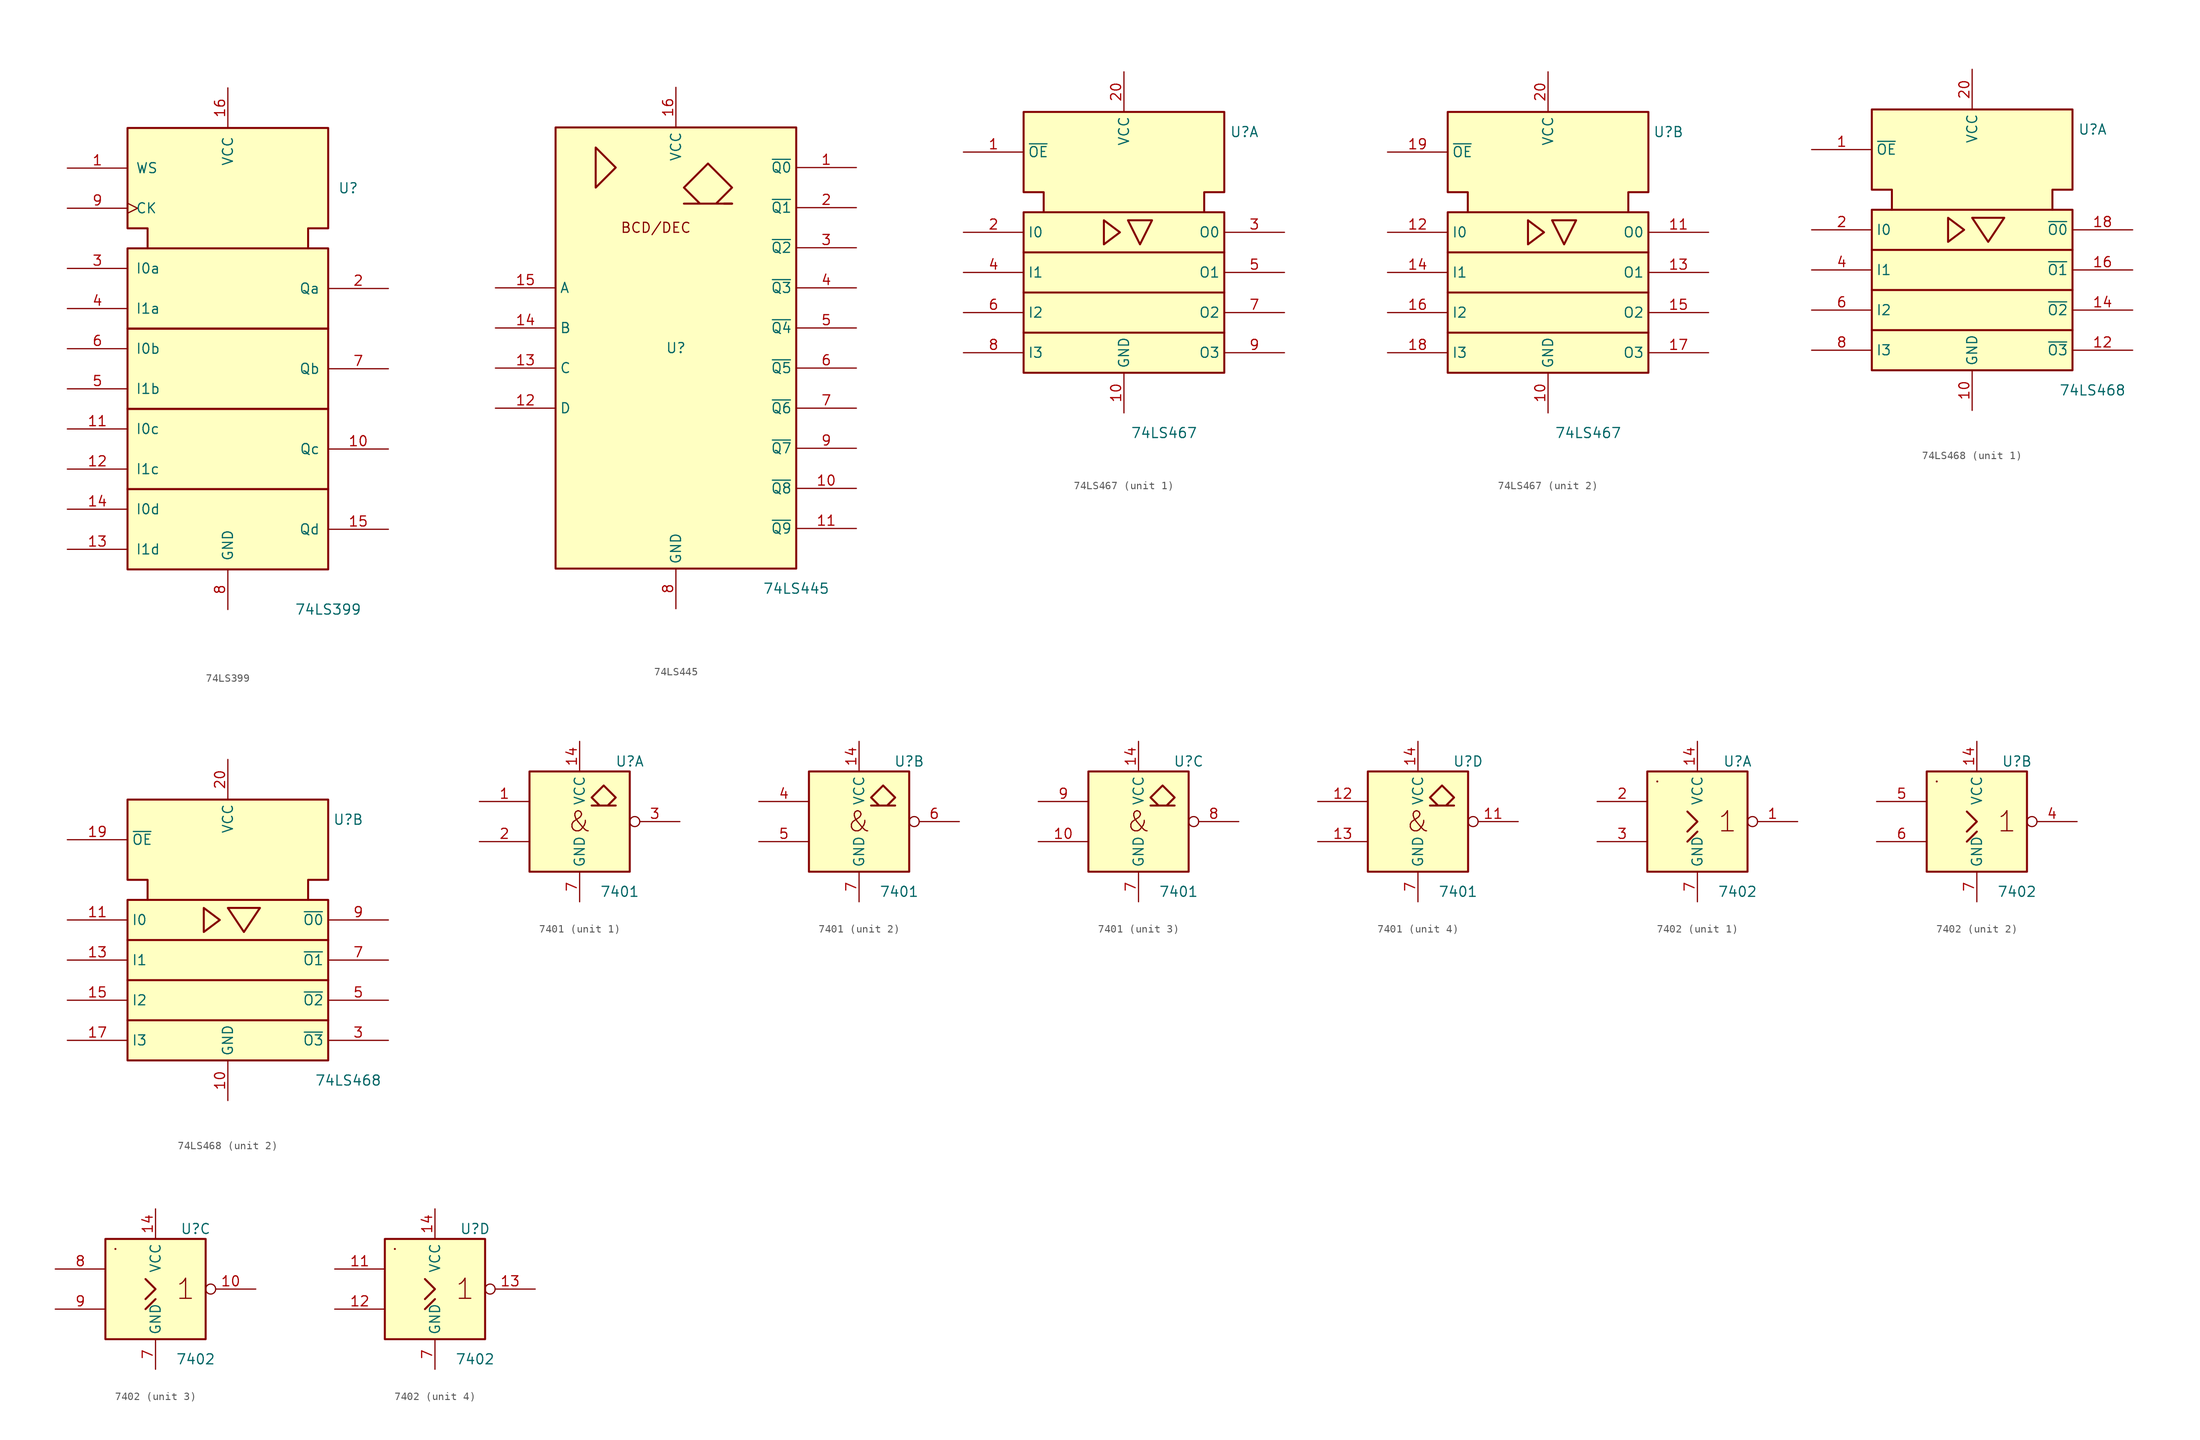
<source format=kicad_sym>
(kicad_symbol_lib
  (version 20241209)
  (generator "kicad_symbol_editor")
  (generator_version "9.0")
  (symbol "74LS399"
    (pin_names
      (offset 1.016))
    (property "Reference" "U"
      (at 15.24 20.32 0)
      (effects (font (size 1.27 1.27))))
    (property "Value" "74LS399"
      (at 12.7 -33.02 0)
      (effects (font (size 1.27 1.27))))
    (symbol "74LS399_0_0"
      (rectangle (start -12.7 12.7) (end 12.7 2.54) (stroke (width 0.254) (type default)) (fill (type background)))
      (rectangle (start -12.7 2.54) (end 12.7 -7.62) (stroke (width 0.254) (type default)) (fill (type background)))
      (rectangle (start -12.7 -7.62) (end 12.7 -17.78) (stroke (width 0.254) (type default)) (fill (type background)))
      (rectangle (start -12.7 -17.78) (end 12.7 -27.94) (stroke (width 0.254) (type default)) (fill (type background)))
      (polyline (pts (xy -10.16 12.7) (xy -10.16 15.24) (xy -12.7 15.24) (xy -12.7 27.94) (xy 12.7 27.94) (xy 12.7 15.24) (xy 10.16 15.24) (xy 10.16 12.7) (xy 10.16 12.7)) (stroke (width 0.254) (type default)) (fill (type background)))
      (pin power_in line (at 0 33.02 270) (length 5.08) (name "VCC" (effects (font (size 1.27 1.27)))) (number "16" (effects (font (size 1.27 1.27)))))
      (pin power_in line (at 0 -33.02 90) (length 5.08) (name "GND" (effects (font (size 1.27 1.27)))) (number "8" (effects (font (size 1.27 1.27))))))
    (symbol "74LS399_1_1"
      (pin input line (at -20.32 22.86 0) (length 7.62) (name "WS" (effects (font (size 1.27 1.27)))) (number "1" (effects (font (size 1.27 1.27)))))
      (pin input clock (at -20.32 17.78 0) (length 7.62) (name "CK" (effects (font (size 1.27 1.27)))) (number "9" (effects (font (size 1.27 1.27)))))
      (pin input line (at -20.32 10.16 0) (length 7.62) (name "I0a" (effects (font (size 1.27 1.27)))) (number "3" (effects (font (size 1.27 1.27)))))
      (pin input line (at -20.32 5.08 0) (length 7.62) (name "I1a" (effects (font (size 1.27 1.27)))) (number "4" (effects (font (size 1.27 1.27)))))
      (pin input line (at -20.32 0 0) (length 7.62) (name "I0b" (effects (font (size 1.27 1.27)))) (number "6" (effects (font (size 1.27 1.27)))))
      (pin input line (at -20.32 -5.08 0) (length 7.62) (name "I1b" (effects (font (size 1.27 1.27)))) (number "5" (effects (font (size 1.27 1.27)))))
      (pin input line (at -20.32 -10.16 0) (length 7.62) (name "I0c" (effects (font (size 1.27 1.27)))) (number "11" (effects (font (size 1.27 1.27)))))
      (pin input line (at -20.32 -15.24 0) (length 7.62) (name "I1c" (effects (font (size 1.27 1.27)))) (number "12" (effects (font (size 1.27 1.27)))))
      (pin input line (at -20.32 -20.32 0) (length 7.62) (name "I0d" (effects (font (size 1.27 1.27)))) (number "14" (effects (font (size 1.27 1.27)))))
      (pin input line (at -20.32 -25.4 0) (length 7.62) (name "I1d" (effects (font (size 1.27 1.27)))) (number "13" (effects (font (size 1.27 1.27)))))
      (pin tri_state line (at 20.32 7.62 180) (length 7.62) (name "Qa" (effects (font (size 1.27 1.27)))) (number "2" (effects (font (size 1.27 1.27)))))
      (pin tri_state line (at 20.32 -2.54 180) (length 7.62) (name "Qb" (effects (font (size 1.27 1.27)))) (number "7" (effects (font (size 1.27 1.27)))))
      (pin tri_state line (at 20.32 -12.7 180) (length 7.62) (name "Qc" (effects (font (size 1.27 1.27)))) (number "10" (effects (font (size 1.27 1.27)))))
      (pin tri_state line (at 20.32 -22.86 180) (length 7.62) (name "Qd" (effects (font (size 1.27 1.27)))) (number "15" (effects (font (size 1.27 1.27)))))))
  (symbol "74LS445"
    (property "Reference" "U"
      (at 0 0 0)
      (effects (font (size 1.27 1.27))))
    (property "Value" "74LS445"
      (at 15.24 -30.48 0)
      (effects (font (size 1.27 1.27))))
    (symbol "74LS445_0_0"
      (polyline (pts (xy -10.16 25.4) (xy -10.16 20.32) (xy -7.62 22.86) (xy -10.16 25.4) (xy -10.16 25.4)) (stroke (width 0.254) (type default)) (fill (type background)))
      (polyline (pts (xy 5.08 18.288) (xy 7.112 20.32) (xy 4.064 23.368) (xy 1.016 20.32) (xy 3.048 18.288) (xy 1.016 18.288) (xy 7.112 18.288)) (stroke (width 0.254) (type default)) (fill (type background)))
      (polyline (pts (xy 7.112 18.288) (xy 6.096 18.288) (xy 6.096 18.288)) (stroke (width 0.254) (type default)) (fill (type background)))
      (text "BCD/DEC" (at -2.54 15.24 0) (effects (font (size 1.27 1.27))))
      (pin power_in line (at 0 33.02 270) (length 5.08) (name "VCC" (effects (font (size 1.27 1.27)))) (number "16" (effects (font (size 1.27 1.27)))))
      (pin power_in line (at 0 -33.02 90) (length 5.08) (name "GND" (effects (font (size 1.27 1.27)))) (number "8" (effects (font (size 1.27 1.27))))))
    (symbol "74LS445_0_1"
      (rectangle (start -15.24 27.94) (end 15.24 -27.94) (stroke (width 0.254) (type default)) (fill (type background))))
    (symbol "74LS445_1_1"
      (pin input line (at -22.86 7.62 0) (length 7.62) (name "A" (effects (font (size 1.27 1.27)))) (number "15" (effects (font (size 1.27 1.27)))))
      (pin input line (at -22.86 2.54 0) (length 7.62) (name "B" (effects (font (size 1.27 1.27)))) (number "14" (effects (font (size 1.27 1.27)))))
      (pin input line (at -22.86 -2.54 0) (length 7.62) (name "C" (effects (font (size 1.27 1.27)))) (number "13" (effects (font (size 1.27 1.27)))))
      (pin input line (at -22.86 -7.62 0) (length 7.62) (name "D" (effects (font (size 1.27 1.27)))) (number "12" (effects (font (size 1.27 1.27)))))
      (pin open_collector line (at 22.86 22.86 180) (length 7.62) (name "~{Q0}" (effects (font (size 1.27 1.27)))) (number "1" (effects (font (size 1.27 1.27)))))
      (pin open_collector line (at 22.86 17.78 180) (length 7.62) (name "~{Q1}" (effects (font (size 1.27 1.27)))) (number "2" (effects (font (size 1.27 1.27)))))
      (pin open_collector line (at 22.86 12.7 180) (length 7.62) (name "~{Q2}" (effects (font (size 1.27 1.27)))) (number "3" (effects (font (size 1.27 1.27)))))
      (pin open_collector line (at 22.86 7.62 180) (length 7.62) (name "~{Q3}" (effects (font (size 1.27 1.27)))) (number "4" (effects (font (size 1.27 1.27)))))
      (pin open_collector line (at 22.86 2.54 180) (length 7.62) (name "~{Q4}" (effects (font (size 1.27 1.27)))) (number "5" (effects (font (size 1.27 1.27)))))
      (pin open_collector line (at 22.86 -2.54 180) (length 7.62) (name "~{Q5}" (effects (font (size 1.27 1.27)))) (number "6" (effects (font (size 1.27 1.27)))))
      (pin open_collector line (at 22.86 -7.62 180) (length 7.62) (name "~{Q6}" (effects (font (size 1.27 1.27)))) (number "7" (effects (font (size 1.27 1.27)))))
      (pin open_collector line (at 22.86 -12.7 180) (length 7.62) (name "~{Q7}" (effects (font (size 1.27 1.27)))) (number "9" (effects (font (size 1.27 1.27)))))
      (pin open_collector line (at 22.86 -17.78 180) (length 7.62) (name "~{Q8}" (effects (font (size 1.27 1.27)))) (number "10" (effects (font (size 1.27 1.27)))))
      (pin open_collector line (at 22.86 -22.86 180) (length 7.62) (name "~{Q9}" (effects (font (size 1.27 1.27)))) (number "11" (effects (font (size 1.27 1.27)))))))
  (symbol "74LS467"
    (property "Reference" "U"
      (at 15.24 17.78 0)
      (effects (font (size 1.27 1.27))))
    (property "Value" "74LS467"
      (at 5.08 -20.32 0)
      (effects (font (size 1.27 1.27))))
    (symbol "74LS467_0_0"
      (polyline (pts (xy 0.508 6.604) (xy 3.556 6.604) (xy 2.032 3.556) (xy 0.508 6.604) (xy 0.508 6.604)) (stroke (width 0.254) (type default)) (fill (type background)))
      (pin power_in line (at 0 25.4 270) (length 5.08) (name "VCC" (effects (font (size 1.27 1.27)))) (number "20" (effects (font (size 1.27 1.27)))))
      (pin power_in line (at 0 -17.78 90) (length 5.08) (name "GND" (effects (font (size 1.27 1.27)))) (number "10" (effects (font (size 1.27 1.27))))))
    (symbol "74LS467_0_1"
      (rectangle (start -12.7 7.62) (end 12.7 -12.7) (stroke (width 0.254) (type default)) (fill (type background)))
      (polyline (pts (xy -12.7 -2.54) (xy 12.7 -2.54) (xy 12.7 -2.54)) (stroke (width 0.254) (type default)) (fill (type background)))
      (polyline (pts (xy -10.16 7.62) (xy -10.16 10.16) (xy -12.7 10.16) (xy -12.7 20.32) (xy 12.7 20.32) (xy 12.7 10.16) (xy 10.16 10.16) (xy 10.16 7.62) (xy 10.16 7.62)) (stroke (width 0.254) (type default)) (fill (type background)))
      (polyline (pts (xy -2.54 6.604) (xy -2.54 3.556) (xy -0.508 5.08) (xy -2.54 6.604) (xy -2.54 6.604)) (stroke (width 0.254) (type default)) (fill (type background)))
      (polyline (pts (xy 12.7 2.54) (xy -12.7 2.54) (xy -12.7 2.54)) (stroke (width 0.254) (type default)) (fill (type background)))
      (polyline (pts (xy 12.7 -7.62) (xy -12.7 -7.62) (xy -12.7 -7.62)) (stroke (width 0.254) (type default)) (fill (type background))))
    (symbol "74LS467_1_1"
      (pin input line (at -20.32 15.24 0) (length 7.62) (name "~{OE}" (effects (font (size 1.27 1.27)))) (number "1" (effects (font (size 1.27 1.27)))))
      (pin input line (at -20.32 5.08 0) (length 7.62) (name "I0" (effects (font (size 1.27 1.27)))) (number "2" (effects (font (size 1.27 1.27)))))
      (pin input line (at -20.32 0 0) (length 7.62) (name "I1" (effects (font (size 1.27 1.27)))) (number "4" (effects (font (size 1.27 1.27)))))
      (pin input line (at -20.32 -5.08 0) (length 7.62) (name "I2" (effects (font (size 1.27 1.27)))) (number "6" (effects (font (size 1.27 1.27)))))
      (pin input line (at -20.32 -10.16 0) (length 7.62) (name "I3" (effects (font (size 1.27 1.27)))) (number "8" (effects (font (size 1.27 1.27)))))
      (pin tri_state line (at 20.32 5.08 180) (length 7.62) (name "O0" (effects (font (size 1.27 1.27)))) (number "3" (effects (font (size 1.27 1.27)))))
      (pin tri_state line (at 20.32 0 180) (length 7.62) (name "O1" (effects (font (size 1.27 1.27)))) (number "5" (effects (font (size 1.27 1.27)))))
      (pin tri_state line (at 20.32 -5.08 180) (length 7.62) (name "O2" (effects (font (size 1.27 1.27)))) (number "7" (effects (font (size 1.27 1.27)))))
      (pin tri_state line (at 20.32 -10.16 180) (length 7.62) (name "O3" (effects (font (size 1.27 1.27)))) (number "9" (effects (font (size 1.27 1.27))))))
    (symbol "74LS467_2_1"
      (pin input line (at -20.32 15.24 0) (length 7.62) (name "~{OE}" (effects (font (size 1.27 1.27)))) (number "19" (effects (font (size 1.27 1.27)))))
      (pin input line (at -20.32 5.08 0) (length 7.62) (name "I0" (effects (font (size 1.27 1.27)))) (number "12" (effects (font (size 1.27 1.27)))))
      (pin input line (at -20.32 0 0) (length 7.62) (name "I1" (effects (font (size 1.27 1.27)))) (number "14" (effects (font (size 1.27 1.27)))))
      (pin input line (at -20.32 -5.08 0) (length 7.62) (name "I2" (effects (font (size 1.27 1.27)))) (number "16" (effects (font (size 1.27 1.27)))))
      (pin input line (at -20.32 -10.16 0) (length 7.62) (name "I3" (effects (font (size 1.27 1.27)))) (number "18" (effects (font (size 1.27 1.27)))))
      (pin tri_state line (at 20.32 5.08 180) (length 7.62) (name "O0" (effects (font (size 1.27 1.27)))) (number "11" (effects (font (size 1.27 1.27)))))
      (pin tri_state line (at 20.32 0 180) (length 7.62) (name "O1" (effects (font (size 1.27 1.27)))) (number "13" (effects (font (size 1.27 1.27)))))
      (pin tri_state line (at 20.32 -5.08 180) (length 7.62) (name "O2" (effects (font (size 1.27 1.27)))) (number "15" (effects (font (size 1.27 1.27)))))
      (pin tri_state line (at 20.32 -10.16 180) (length 7.62) (name "O3" (effects (font (size 1.27 1.27)))) (number "17" (effects (font (size 1.27 1.27)))))))
  (symbol "74LS468"
    (property "Reference" "U"
      (at 15.24 17.78 0)
      (effects (font (size 1.27 1.27))))
    (property "Value" "74LS468"
      (at 15.24 -15.24 0)
      (effects (font (size 1.27 1.27))))
    (symbol "74LS468_0_0"
      (polyline (pts (xy -3.048 6.604) (xy -3.048 3.556) (xy -1.016 5.08) (xy -3.048 6.604) (xy -3.048 6.604)) (stroke (width 0.254) (type default)) (fill (type background)))
      (polyline (pts (xy 0.508 6.604) (xy 4.064 6.604) (xy 2.032 3.556) (xy 0 6.604) (xy 0.508 6.604) (xy 0.508 6.604)) (stroke (width 0.254) (type default)) (fill (type background))))
    (symbol "74LS468_0_1"
      (rectangle (start -12.7 7.62) (end 12.7 -12.7) (stroke (width 0.254) (type default)) (fill (type background)))
      (polyline (pts (xy -12.7 2.54) (xy 12.7 2.54) (xy 12.7 2.54)) (stroke (width 0.254) (type default)) (fill (type background)))
      (polyline (pts (xy -12.7 -2.54) (xy 12.7 -2.54) (xy 12.7 -2.54)) (stroke (width 0.254) (type default)) (fill (type background)))
      (polyline (pts (xy -12.7 -7.62) (xy 12.7 -7.62) (xy 12.7 -7.62)) (stroke (width 0.254) (type default)) (fill (type background)))
      (polyline (pts (xy -10.16 7.62) (xy -10.16 10.16) (xy -12.7 10.16) (xy -12.7 20.32) (xy 12.7 20.32) (xy 12.7 10.16) (xy 10.16 10.16) (xy 10.16 7.62) (xy 10.16 7.62)) (stroke (width 0.254) (type default)) (fill (type background)))
      (pin power_in line (at 0 25.4 270) (length 5.08) (name "VCC" (effects (font (size 1.27 1.27)))) (number "20" (effects (font (size 1.27 1.27)))))
      (pin power_in line (at 0 -17.78 90) (length 5.08) (name "GND" (effects (font (size 1.27 1.27)))) (number "10" (effects (font (size 1.27 1.27))))))
    (symbol "74LS468_1_1"
      (pin input line (at -20.32 15.24 0) (length 7.62) (name "~{OE}" (effects (font (size 1.27 1.27)))) (number "1" (effects (font (size 1.27 1.27)))))
      (pin input line (at -20.32 5.08 0) (length 7.62) (name "I0" (effects (font (size 1.27 1.27)))) (number "2" (effects (font (size 1.27 1.27)))))
      (pin input line (at -20.32 0 0) (length 7.62) (name "I1" (effects (font (size 1.27 1.27)))) (number "4" (effects (font (size 1.27 1.27)))))
      (pin input line (at -20.32 -5.08 0) (length 7.62) (name "I2" (effects (font (size 1.27 1.27)))) (number "6" (effects (font (size 1.27 1.27)))))
      (pin input line (at -20.32 -10.16 0) (length 7.62) (name "I3" (effects (font (size 1.27 1.27)))) (number "8" (effects (font (size 1.27 1.27)))))
      (pin tri_state line (at 20.32 5.08 180) (length 7.62) (name "~{O0}" (effects (font (size 1.27 1.27)))) (number "18" (effects (font (size 1.27 1.27)))))
      (pin tri_state line (at 20.32 0 180) (length 7.62) (name "~{O1}" (effects (font (size 1.27 1.27)))) (number "16" (effects (font (size 1.27 1.27)))))
      (pin tri_state line (at 20.32 -5.08 180) (length 7.62) (name "~{O2}" (effects (font (size 1.27 1.27)))) (number "14" (effects (font (size 1.27 1.27)))))
      (pin tri_state line (at 20.32 -10.16 180) (length 7.62) (name "~{O3}" (effects (font (size 1.27 1.27)))) (number "12" (effects (font (size 1.27 1.27))))))
    (symbol "74LS468_2_1"
      (pin input line (at -20.32 15.24 0) (length 7.62) (name "~{OE}" (effects (font (size 1.27 1.27)))) (number "19" (effects (font (size 1.27 1.27)))))
      (pin input line (at -20.32 5.08 0) (length 7.62) (name "I0" (effects (font (size 1.27 1.27)))) (number "11" (effects (font (size 1.27 1.27)))))
      (pin input line (at -20.32 0 0) (length 7.62) (name "I1" (effects (font (size 1.27 1.27)))) (number "13" (effects (font (size 1.27 1.27)))))
      (pin input line (at -20.32 -5.08 0) (length 7.62) (name "I2" (effects (font (size 1.27 1.27)))) (number "15" (effects (font (size 1.27 1.27)))))
      (pin input line (at -20.32 -10.16 0) (length 7.62) (name "I3" (effects (font (size 1.27 1.27)))) (number "17" (effects (font (size 1.27 1.27)))))
      (pin tri_state line (at 20.32 5.08 180) (length 7.62) (name "~{O0}" (effects (font (size 1.27 1.27)))) (number "9" (effects (font (size 1.27 1.27)))))
      (pin tri_state line (at 20.32 0 180) (length 7.62) (name "~{O1}" (effects (font (size 1.27 1.27)))) (number "7" (effects (font (size 1.27 1.27)))))
      (pin tri_state line (at 20.32 -5.08 180) (length 7.62) (name "~{O2}" (effects (font (size 1.27 1.27)))) (number "5" (effects (font (size 1.27 1.27)))))
      (pin tri_state line (at 20.32 -10.16 180) (length 7.62) (name "~{O3}" (effects (font (size 1.27 1.27)))) (number "3" (effects (font (size 1.27 1.27)))))))
  (symbol "7401"
    (property "Reference" "U"
      (at 6.35 7.62 0)
      (effects (font (size 1.27 1.27))))
    (property "Value" "7401"
      (at 5.08 -8.89 0)
      (effects (font (size 1.27 1.27))))
    (symbol "7401_0_0"
      (polyline (pts (xy 2.54 2.032) (xy 1.524 3.048) (xy 3.048 4.572) (xy 4.572 3.048) (xy 3.556 2.032) (xy 4.572 2.032) (xy 1.524 2.032) (xy 1.524 2.032)) (stroke (width 0.254) (type default)) (fill (type background)))
      (text "&" (at 0 0 0) (effects (font (size 2.54 2.54)))))
    (symbol "7401_0_1"
      (rectangle (start -6.35 6.35) (end 6.35 -6.35) (stroke (width 0.254) (type default)) (fill (type background)))
      (pin power_in line (at 0 10.16 270) (length 3.81) (name "VCC" (effects (font (size 1.27 1.27)))) (number "14" (effects (font (size 1.27 1.27)))))
      (pin power_in line (at 0 -10.16 90) (length 3.81) (name "GND" (effects (font (size 1.27 1.27)))) (number "7" (effects (font (size 1.27 1.27))))))
    (symbol "7401_1_1"
      (pin input line (at -12.7 2.54 0) (length 6.35) (name "~" (effects (font (size 1.27 1.27)))) (number "1" (effects (font (size 1.27 1.27)))))
      (pin input line (at -12.7 -2.54 0) (length 6.35) (name "~" (effects (font (size 1.27 1.27)))) (number "2" (effects (font (size 1.27 1.27)))))
      (pin open_collector inverted (at 12.7 0 180) (length 6.35) (name "~" (effects (font (size 1.27 1.27)))) (number "3" (effects (font (size 1.27 1.27))))))
    (symbol "7401_2_1"
      (pin input line (at -12.7 2.54 0) (length 6.35) (name "~" (effects (font (size 1.27 1.27)))) (number "4" (effects (font (size 1.27 1.27)))))
      (pin input line (at -12.7 -2.54 0) (length 6.35) (name "~" (effects (font (size 1.27 1.27)))) (number "5" (effects (font (size 1.27 1.27)))))
      (pin open_collector inverted (at 12.7 0 180) (length 6.35) (name "~" (effects (font (size 1.27 1.27)))) (number "6" (effects (font (size 1.27 1.27))))))
    (symbol "7401_3_1"
      (pin input line (at -12.7 2.54 0) (length 6.35) (name "~" (effects (font (size 1.27 1.27)))) (number "9" (effects (font (size 1.27 1.27)))))
      (pin input line (at -12.7 -2.54 0) (length 6.35) (name "~" (effects (font (size 1.27 1.27)))) (number "10" (effects (font (size 1.27 1.27)))))
      (pin open_collector inverted (at 12.7 0 180) (length 6.35) (name "~" (effects (font (size 1.27 1.27)))) (number "8" (effects (font (size 1.27 1.27))))))
    (symbol "7401_4_1"
      (pin input line (at -12.7 2.54 0) (length 6.35) (name "~" (effects (font (size 1.27 1.27)))) (number "12" (effects (font (size 1.27 1.27)))))
      (pin input line (at -12.7 -2.54 0) (length 6.35) (name "~" (effects (font (size 1.27 1.27)))) (number "13" (effects (font (size 1.27 1.27)))))
      (pin open_collector inverted (at 12.7 0 180) (length 6.35) (name "~" (effects (font (size 1.27 1.27)))) (number "11" (effects (font (size 1.27 1.27)))))))
  (symbol "7402"
    (property "Reference" "U"
      (at 5.08 7.62 0)
      (effects (font (size 1.27 1.27))))
    (property "Value" "7402"
      (at 5.08 -8.89 0)
      (effects (font (size 1.27 1.27))))
    (symbol "7402_0_0"
      (rectangle (start -5.08 5.08) (end -5.08 5.08) (stroke (width 0.254) (type default)) (fill (type background)))
      (polyline (pts (xy -1.27 1.27) (xy 0 0) (xy -1.27 -1.27) (xy -1.27 -1.27)) (stroke (width 0.254) (type default)) (fill (type background)))
      (polyline (pts (xy -1.27 -2.54) (xy 0 -1.27) (xy 0 -1.27)) (stroke (width 0.254) (type default)) (fill (type background)))
      (text "1" (at 3.81 0 0) (effects (font (size 2.54 2.54)))))
    (symbol "7402_0_1"
      (rectangle (start -6.35 6.35) (end 6.35 -6.35) (stroke (width 0.254) (type default)) (fill (type background)))
      (pin power_in line (at 0 10.16 270) (length 3.81) (name "VCC" (effects (font (size 1.27 1.27)))) (number "14" (effects (font (size 1.27 1.27)))))
      (pin power_in line (at 0 -10.16 90) (length 3.81) (name "GND" (effects (font (size 1.27 1.27)))) (number "7" (effects (font (size 1.27 1.27))))))
    (symbol "7402_1_1"
      (pin input line (at -12.7 2.54 0) (length 6.35) (name "~" (effects (font (size 1.27 1.27)))) (number "2" (effects (font (size 1.27 1.27)))))
      (pin input line (at -12.7 -2.54 0) (length 6.35) (name "~" (effects (font (size 1.27 1.27)))) (number "3" (effects (font (size 1.27 1.27)))))
      (pin output inverted (at 12.7 0 180) (length 6.35) (name "~" (effects (font (size 1.27 1.27)))) (number "1" (effects (font (size 1.27 1.27))))))
    (symbol "7402_2_1"
      (pin input line (at -12.7 2.54 0) (length 6.35) (name "~" (effects (font (size 1.27 1.27)))) (number "5" (effects (font (size 1.27 1.27)))))
      (pin input line (at -12.7 -2.54 0) (length 6.35) (name "~" (effects (font (size 1.27 1.27)))) (number "6" (effects (font (size 1.27 1.27)))))
      (pin output inverted (at 12.7 0 180) (length 6.35) (name "~" (effects (font (size 1.27 1.27)))) (number "4" (effects (font (size 1.27 1.27))))))
    (symbol "7402_3_1"
      (pin input line (at -12.7 2.54 0) (length 6.35) (name "~" (effects (font (size 1.27 1.27)))) (number "8" (effects (font (size 1.27 1.27)))))
      (pin input line (at -12.7 -2.54 0) (length 6.35) (name "~" (effects (font (size 1.27 1.27)))) (number "9" (effects (font (size 1.27 1.27)))))
      (pin output inverted (at 12.7 0 180) (length 6.35) (name "~" (effects (font (size 1.27 1.27)))) (number "10" (effects (font (size 1.27 1.27))))))
    (symbol "7402_4_1"
      (pin input line (at -12.7 2.54 0) (length 6.35) (name "~" (effects (font (size 1.27 1.27)))) (number "11" (effects (font (size 1.27 1.27)))))
      (pin input line (at -12.7 -2.54 0) (length 6.35) (name "~" (effects (font (size 1.27 1.27)))) (number "12" (effects (font (size 1.27 1.27)))))
      (pin output inverted (at 12.7 0 180) (length 6.35) (name "~" (effects (font (size 1.27 1.27)))) (number "13" (effects (font (size 1.27 1.27))))))))
</source>
